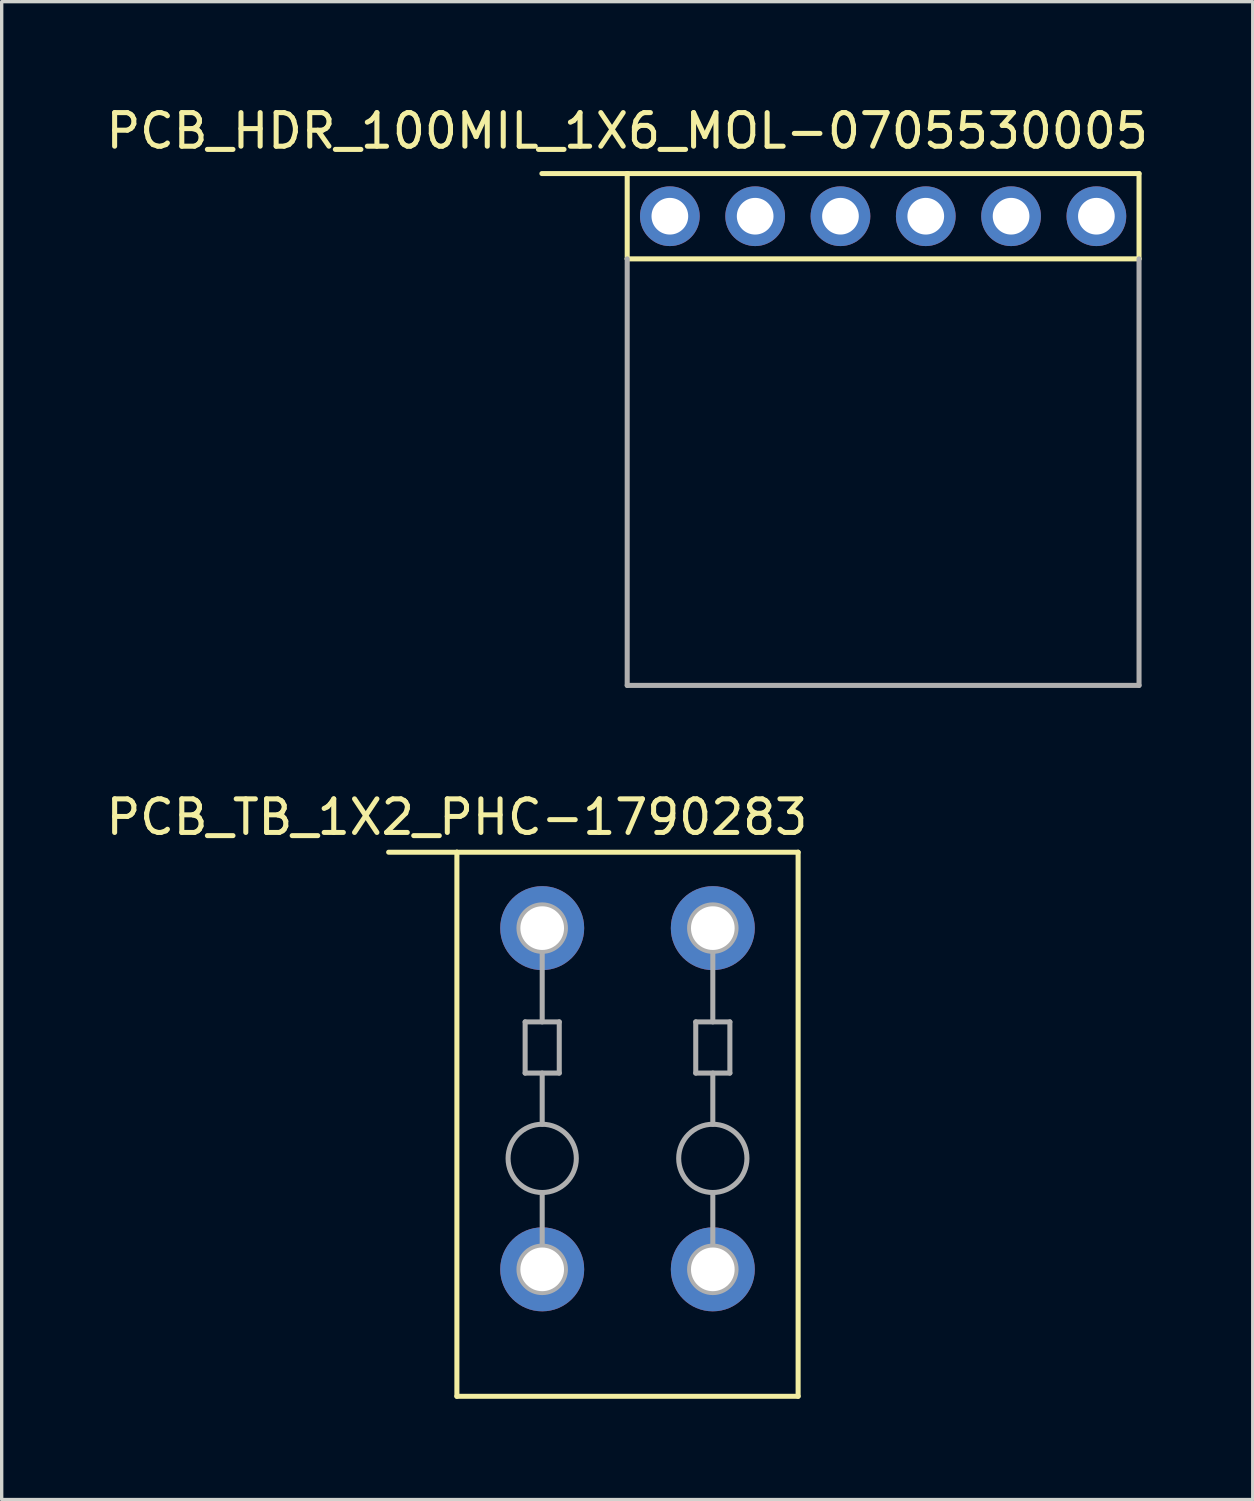
<source format=kicad_pcb>
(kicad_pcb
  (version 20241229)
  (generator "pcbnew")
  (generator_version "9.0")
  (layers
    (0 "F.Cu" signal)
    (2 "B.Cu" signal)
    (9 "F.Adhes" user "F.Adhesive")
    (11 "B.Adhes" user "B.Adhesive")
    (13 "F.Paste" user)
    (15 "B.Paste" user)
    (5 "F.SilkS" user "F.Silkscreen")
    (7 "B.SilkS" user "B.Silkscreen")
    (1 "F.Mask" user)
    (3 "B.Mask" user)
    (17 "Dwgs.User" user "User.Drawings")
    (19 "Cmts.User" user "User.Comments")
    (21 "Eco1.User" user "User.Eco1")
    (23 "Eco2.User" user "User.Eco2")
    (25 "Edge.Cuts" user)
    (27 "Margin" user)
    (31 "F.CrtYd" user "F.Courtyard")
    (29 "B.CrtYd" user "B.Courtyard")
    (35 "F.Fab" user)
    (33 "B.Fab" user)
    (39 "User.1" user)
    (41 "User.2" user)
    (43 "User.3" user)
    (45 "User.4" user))
  (footprint "PCB_TB_1X2_PHC-1790283"
    (layer "F.Cu")
    (at 15.634 30.425)
    (property "Reference" "PCB_TB_1X2_PHC-1790283" (at -5.08 -9.144 0) (layer "F.SilkS") (effects (font (size 1 1) (thickness 0.15))))
    (attr through_hole)
    (fp_line (start -5.08 -8.1) (end -7.112 -8.1) (stroke (width 0.15) (type solid)) (layer "F.SilkS"))
    (fp_line (start -5.08 -8.1) (end 5.08 -8.1) (stroke (width 0.15) (type solid)) (layer "F.SilkS"))
    (fp_line (start -5.08 8.1) (end -5.08 -8.1) (stroke (width 0.15) (type solid)) (layer "F.SilkS"))
    (fp_line (start 5.08 -8.1) (end 5.08 8.1) (stroke (width 0.15) (type solid)) (layer "F.SilkS"))
    (fp_line (start 5.08 8.1) (end -5.08 8.1) (stroke (width 0.15) (type solid)) (layer "F.SilkS"))
    (fp_line (start -3.048 -3.048) (end -3.048 -1.524) (stroke (width 0.15) (type solid)) (layer "F.Fab"))
    (fp_line (start -3.048 -1.524) (end -2.032 -1.524) (stroke (width 0.15) (type solid)) (layer "F.Fab"))
    (fp_line (start -2.54 -3.048) (end -2.54 -5.08) (stroke (width 0.15) (type solid)) (layer "F.Fab"))
    (fp_line (start -2.54 -1.524) (end -2.54 0) (stroke (width 0.15) (type solid)) (layer "F.Fab"))
    (fp_line (start -2.54 2.032) (end -2.54 3.556) (stroke (width 0.15) (type solid)) (layer "F.Fab"))
    (fp_line (start -2.032 -3.048) (end -3.048 -3.048) (stroke (width 0.15) (type solid)) (layer "F.Fab"))
    (fp_line (start -2.032 -1.524) (end -2.032 -3.048) (stroke (width 0.15) (type solid)) (layer "F.Fab"))
    (fp_line (start 2.032 -3.048) (end 2.032 -1.524) (stroke (width 0.15) (type solid)) (layer "F.Fab"))
    (fp_line (start 2.032 -1.524) (end 3.048 -1.524) (stroke (width 0.15) (type solid)) (layer "F.Fab"))
    (fp_line (start 2.54 -3.048) (end 2.54 -5.08) (stroke (width 0.15) (type solid)) (layer "F.Fab"))
    (fp_line (start 2.54 0) (end 2.54 -1.524) (stroke (width 0.15) (type solid)) (layer "F.Fab"))
    (fp_line (start 2.54 2.032) (end 2.54 3.556) (stroke (width 0.15) (type solid)) (layer "F.Fab"))
    (fp_line (start 3.048 -3.048) (end 2.032 -3.048) (stroke (width 0.15) (type solid)) (layer "F.Fab"))
    (fp_line (start 3.048 -1.524) (end 3.048 -3.048) (stroke (width 0.15) (type solid)) (layer "F.Fab"))
    (fp_circle (center -2.54 -5.84) (end -2.5 -5.15) (stroke (width 0.15) (type solid)) (fill no) (layer "F.Fab"))
    (fp_circle (center -2.54 1.016) (end -2.54 2.032) (stroke (width 0.15) (type solid)) (fill no) (layer "F.Fab"))
    (fp_circle (center -2.54 4.32) (end -2.5 5.01) (stroke (width 0.15) (type solid)) (fill no) (layer "F.Fab"))
    (fp_circle (center 2.54 -5.84) (end 2.58 -5.15) (stroke (width 0.15) (type solid)) (fill no) (layer "F.Fab"))
    (fp_circle (center 2.54 1.016) (end 2.54 2.032) (stroke (width 0.15) (type solid)) (fill no) (layer "F.Fab"))
    (fp_circle (center 2.54 4.32) (end 2.58 5.01) (stroke (width 0.15) (type solid)) (fill no) (layer "F.Fab"))
    (pad "1" thru_hole circle (at -2.54 -5.84) (size 2.5 2.5) (drill 1.3) (layers "*.Cu" "*.Mask"))
    (pad "1" thru_hole circle (at -2.54 4.32) (size 2.5 2.5) (drill 1.3) (layers "*.Cu" "*.Mask"))
    (pad "2" thru_hole circle (at 2.54 -5.84) (size 2.5 2.5) (drill 1.3) (layers "*.Cu" "*.Mask"))
    (pad "2" thru_hole circle (at 2.54 4.32) (size 2.5 2.5) (drill 1.3) (layers "*.Cu" "*.Mask")))
  (footprint "PCB_HDR_100MIL_1X6_MOL-0705530005"
    (layer "F.Cu")
    (at 23.245 3.388)
    (property "Reference" "PCB_HDR_100MIL_1X6_MOL-0705530005" (at -7.62 -2.54 0) (layer "F.SilkS") (effects (font (size 1 1) (thickness 0.15))))
    (attr through_hole)
    (fp_line (start -7.62 -1.27) (end -10.16 -1.27) (stroke (width 0.15) (type solid)) (layer "F.SilkS"))
    (fp_line (start -7.62 -1.27) (end 7.62 -1.27) (stroke (width 0.15) (type solid)) (layer "F.SilkS"))
    (fp_line (start -7.62 1.27) (end -7.62 -1.27) (stroke (width 0.15) (type solid)) (layer "F.SilkS"))
    (fp_line (start 7.62 -1.27) (end 7.62 1.27) (stroke (width 0.15) (type solid)) (layer "F.SilkS"))
    (fp_line (start 7.62 1.27) (end -7.62 1.27) (stroke (width 0.15) (type solid)) (layer "F.SilkS"))
    (fp_line (start -7.62 13.97) (end -7.62 1.27) (stroke (width 0.15) (type solid)) (layer "F.Fab"))
    (fp_line (start 7.62 1.27) (end 7.62 13.97) (stroke (width 0.15) (type solid)) (layer "F.Fab"))
    (fp_line (start 7.62 13.97) (end -7.62 13.97) (stroke (width 0.15) (type solid)) (layer "F.Fab"))
    (pad "1" thru_hole circle (at -6.35 0) (size 1.778 1.778) (drill 1.092) (layers "*.Cu" "*.Mask"))
    (pad "2" thru_hole circle (at -3.81 0) (size 1.778 1.778) (drill 1.092) (layers "*.Cu" "*.Mask"))
    (pad "3" thru_hole circle (at -1.27 0) (size 1.778 1.778) (drill 1.092) (layers "*.Cu" "*.Mask"))
    (pad "4" thru_hole circle (at 1.27 0) (size 1.778 1.778) (drill 1.092) (layers "*.Cu" "*.Mask"))
    (pad "5" thru_hole circle (at 3.81 0) (size 1.778 1.778) (drill 1.092) (layers "*.Cu" "*.Mask"))
    (pad "6" thru_hole circle (at 6.35 0) (size 1.778 1.778) (drill 1.092) (layers "*.Cu" "*.Mask")))
  (gr_rect
    (start -3 -3)
    (end 34.25 41.6)
    (stroke (width 0.1) (type default))
    (fill no)
    (layer "Edge.Cuts")))
</source>
